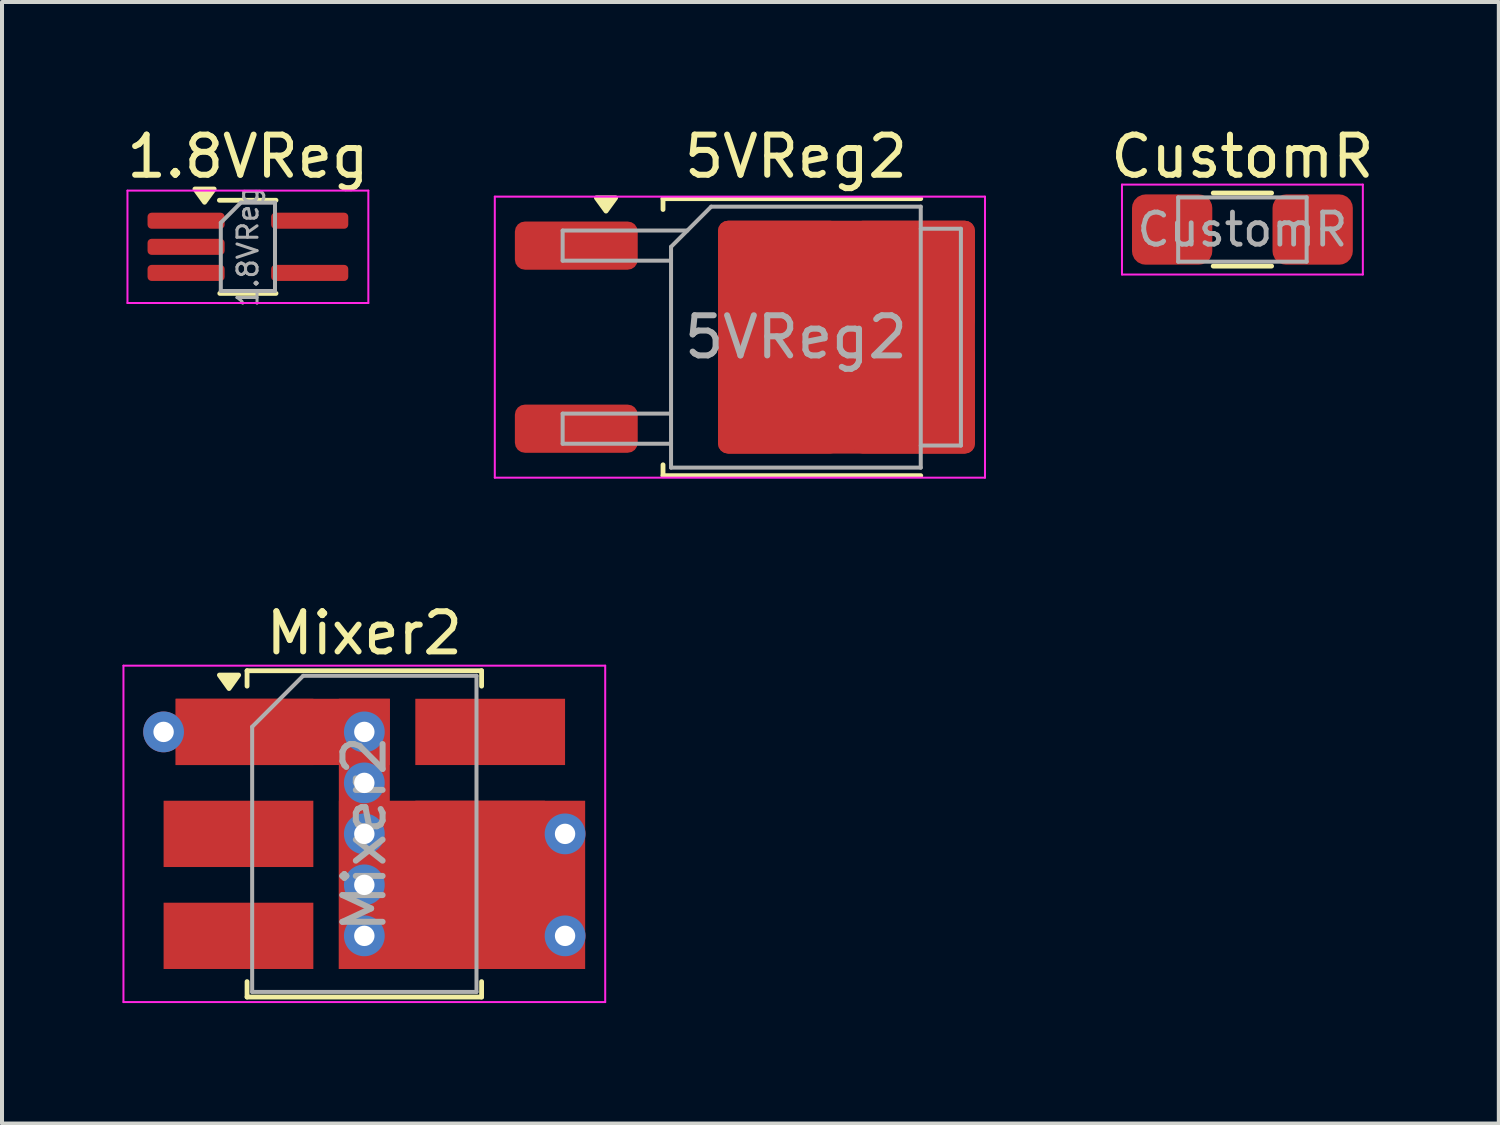
<source format=kicad_pcb>
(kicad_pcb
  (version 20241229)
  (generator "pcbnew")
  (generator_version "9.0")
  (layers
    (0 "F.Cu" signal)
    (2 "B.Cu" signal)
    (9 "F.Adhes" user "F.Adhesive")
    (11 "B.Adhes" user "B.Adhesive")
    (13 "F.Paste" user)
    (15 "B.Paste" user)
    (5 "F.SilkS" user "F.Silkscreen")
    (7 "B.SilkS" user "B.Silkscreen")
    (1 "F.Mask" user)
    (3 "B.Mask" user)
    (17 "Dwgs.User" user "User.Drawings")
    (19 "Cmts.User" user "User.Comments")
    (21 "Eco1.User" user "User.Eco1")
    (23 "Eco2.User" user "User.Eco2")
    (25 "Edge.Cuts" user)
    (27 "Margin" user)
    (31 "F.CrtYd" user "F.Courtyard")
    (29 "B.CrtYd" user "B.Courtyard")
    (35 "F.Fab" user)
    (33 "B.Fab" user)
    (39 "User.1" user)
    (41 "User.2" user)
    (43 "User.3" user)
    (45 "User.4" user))
  (footprint "1.8VReg"
    (layer "F.Cu")
    (at 3.125 3.098)
    (property "Reference" "1.8VReg" (at 0 -2.25 0) (layer "F.SilkS") (effects (font (size 1 1) (thickness 0.15))))
    (attr smd)
    (fp_line (start -0.71 -1.16) (end 0.7 -1.16) (stroke (width 0.12) (type solid)) (layer "F.SilkS"))
    (fp_line (start -0.7 1.16) (end 0.7 1.16) (stroke (width 0.12) (type solid)) (layer "F.SilkS"))
    (fp_poly (pts (xy -1.08 -1.11) (xy -1.32 -1.44) (xy -0.84 -1.44) (xy -1.08 -1.11)) (stroke (width 0.12) (type solid)) (fill yes) (layer "F.SilkS"))
    (fp_line (start -3 -1.4) (end -3 1.4) (stroke (width 0.05) (type solid)) (layer "F.CrtYd"))
    (fp_line (start -3 -1.4) (end 3 -1.4) (stroke (width 0.05) (type solid)) (layer "F.CrtYd"))
    (fp_line (start -3 1.4) (end 3 1.4) (stroke (width 0.05) (type solid)) (layer "F.CrtYd"))
    (fp_line (start 3 1.4) (end 3 -1.4) (stroke (width 0.05) (type solid)) (layer "F.CrtYd"))
    (fp_line (start -0.675 -0.6) (end -0.675 1.1) (stroke (width 0.1) (type solid)) (layer "F.Fab"))
    (fp_line (start -0.175 -1.1) (end -0.675 -0.6) (stroke (width 0.1) (type solid)) (layer "F.Fab"))
    (fp_line (start 0.675 -1.1) (end -0.175 -1.1) (stroke (width 0.1) (type solid)) (layer "F.Fab"))
    (fp_line (start 0.675 -1.1) (end 0.675 1.1) (stroke (width 0.1) (type solid)) (layer "F.Fab"))
    (fp_line (start 0.675 1.1) (end -0.675 1.1) (stroke (width 0.1) (type solid)) (layer "F.Fab"))
    (fp_text user "${REFERENCE}" (at 0 0 90) (layer "F.Fab") (effects (font (size 0.5 0.5) (thickness 0.075))))
    (pad "1" smd roundrect (at -1.54 -0.65) (size 1.92 0.4) (layers "F.Cu" "F.Mask" "F.Paste") (roundrect_rratio 0.25))
    (pad "2" smd roundrect (at -1.54 0) (size 1.92 0.4) (layers "F.Cu" "F.Mask" "F.Paste") (roundrect_rratio 0.25))
    (pad "3" smd roundrect (at -1.54 0.65) (size 1.92 0.4) (layers "F.Cu" "F.Mask" "F.Paste") (roundrect_rratio 0.25))
    (pad "4" smd roundrect (at 1.54 0.65) (size 1.92 0.4) (layers "F.Cu" "F.Mask" "F.Paste") (roundrect_rratio 0.25))
    (pad "5" smd roundrect (at 1.54 -0.65) (size 1.92 0.4) (layers "F.Cu" "F.Mask" "F.Paste") (roundrect_rratio 0.25)))
  (footprint "Mixer2"
    (layer "F.Cu")
    (at 6.025 17.721)
    (property "Reference" "Mixer2" (at 0 -5 0) (layer "F.SilkS") (effects (font (size 1 1) (thickness 0.15))))
    (attr smd)
    (fp_line (start -2.921 -4.064) (end -2.921 -3.68) (stroke (width 0.12) (type solid)) (layer "F.SilkS"))
    (fp_line (start -2.921 4.064) (end -2.921 3.68) (stroke (width 0.12) (type solid)) (layer "F.SilkS"))
    (fp_line (start -2.921 4.064) (end 2.921 4.064) (stroke (width 0.12) (type solid)) (layer "F.SilkS"))
    (fp_line (start 2.921 -4.064) (end -2.921 -4.064) (stroke (width 0.12) (type solid)) (layer "F.SilkS"))
    (fp_line (start 2.921 -4.064) (end 2.921 -3.68) (stroke (width 0.12) (type solid)) (layer "F.SilkS"))
    (fp_line (start 2.921 4.064) (end 2.921 3.68) (stroke (width 0.12) (type solid)) (layer "F.SilkS"))
    (fp_poly (pts (xy -3.37 -3.62) (xy -3.61 -3.956) (xy -3.13 -3.956) (xy -3.37 -3.62)) (stroke (width 0.12) (type solid)) (fill yes) (layer "F.SilkS"))
    (fp_line (start -6 -4.19) (end -6 4.19) (stroke (width 0.05) (type solid)) (layer "F.CrtYd"))
    (fp_line (start -6 -4.19) (end 6 -4.19) (stroke (width 0.05) (type solid)) (layer "F.CrtYd"))
    (fp_line (start 6 4.19) (end -6 4.19) (stroke (width 0.05) (type solid)) (layer "F.CrtYd"))
    (fp_line (start 6 4.19) (end 6 -4.19) (stroke (width 0.05) (type solid)) (layer "F.CrtYd"))
    (fp_line (start -2.794 -2.667) (end -2.794 3.937) (stroke (width 0.1) (type solid)) (layer "F.Fab"))
    (fp_line (start -2.794 3.937) (end 2.794 3.937) (stroke (width 0.1) (type solid)) (layer "F.Fab"))
    (fp_line (start -1.524 -3.937) (end -2.794 -2.667) (stroke (width 0.1) (type solid)) (layer "F.Fab"))
    (fp_line (start 2.794 -3.937) (end -1.524 -3.937) (stroke (width 0.1) (type solid)) (layer "F.Fab"))
    (fp_line (start 2.794 3.937) (end 2.794 -3.937) (stroke (width 0.1) (type solid)) (layer "F.Fab"))
    (fp_text user "${REFERENCE}" (at 0 0 90) (layer "F.Fab") (effects (font (size 1 1) (thickness 0.15))))
    (pad "1" thru_hole circle (at -5 -2.54) (size 1.016 1.016) (drill 0.508) (layers "*.Cu"))
    (pad "1" smd rect (at -2.985 -2.54) (size 3.429 1.651) (layers "F.Cu" "F.Mask" "F.Paste"))
    (pad "1" smd rect (at -2.032 -2.54) (size 5.334 1.651) (layers "F.Cu"))
    (pad "1" thru_hole circle (at 0 -2.54) (size 1.016 1.016) (drill 0.508) (layers "*.Cu"))
    (pad "1" thru_hole circle (at 0 -1.27) (size 1.016 1.016) (drill 0.508) (layers "*.Cu"))
    (pad "1" thru_hole circle (at 0 0) (size 1.016 1.016) (drill 0.508) (layers "*.Cu"))
    (pad "1" smd rect (at 0 0) (size 1.27 6.731) (layers "F.Cu"))
    (pad "1" thru_hole circle (at 0 1.27) (size 1.016 1.016) (drill 0.508) (layers "*.Cu"))
    (pad "1" thru_hole circle (at 0 2.54) (size 1.016 1.016) (drill 0.508) (layers "*.Cu"))
    (pad "2" smd rect (at -3.135 0) (size 3.73 1.651) (layers "F.Cu" "F.Mask" "F.Paste"))
    (pad "3" smd rect (at -3.135 2.54) (size 3.73 1.651) (layers "F.Cu" "F.Mask" "F.Paste"))
    (pad "4" smd rect (at 2.433 1.27) (size 6.135 4.191) (layers "F.Cu"))
    (pad "4" smd rect (at 2.885 2.54) (size 3.23 1.651) (layers "F.Cu" "F.Mask" "F.Paste"))
    (pad "4" thru_hole circle (at 5 2.54) (size 1.016 1.016) (drill 0.508) (layers "*.Cu"))
    (pad "5" smd rect (at 2.885 0) (size 3.23 1.651) (layers "F.Cu" "F.Mask" "F.Paste"))
    (pad "5" thru_hole circle (at 5 0) (size 1.016 1.016) (drill 0.508) (layers "*.Cu"))
    (pad "6" smd rect (at 3.135 -2.54) (size 3.73 1.651) (layers "F.Cu" "F.Mask" "F.Paste")))
  (footprint "5VReg2"
    (layer "F.Cu")
    (at 16.775 5.348)
    (property "Reference" "5VReg2" (at 0 -4.5 0) (layer "F.SilkS") (effects (font (size 1 1) (thickness 0.15))))
    (attr smd)
    (fp_line (start -3.31 -3.45) (end -3.31 -3.18) (stroke (width 0.12) (type solid)) (layer "F.SilkS"))
    (fp_line (start -3.31 3.45) (end -3.31 3.18) (stroke (width 0.12) (type solid)) (layer "F.SilkS"))
    (fp_line (start 3.11 -3.45) (end -3.31 -3.45) (stroke (width 0.12) (type solid)) (layer "F.SilkS"))
    (fp_line (start 3.11 3.45) (end -3.31 3.45) (stroke (width 0.12) (type solid)) (layer "F.SilkS"))
    (fp_poly (pts (xy -4.73 -3.14) (xy -4.97 -3.47) (xy -4.49 -3.47) (xy -4.73 -3.14)) (stroke (width 0.12) (type solid)) (fill yes) (layer "F.SilkS"))
    (fp_line (start -7.5 -3.5) (end -7.5 3.5) (stroke (width 0.05) (type solid)) (layer "F.CrtYd"))
    (fp_line (start -7.5 3.5) (end 4.71 3.5) (stroke (width 0.05) (type solid)) (layer "F.CrtYd"))
    (fp_line (start 4.71 -3.5) (end -7.5 -3.5) (stroke (width 0.05) (type solid)) (layer "F.CrtYd"))
    (fp_line (start 4.71 3.5) (end 4.71 -3.5) (stroke (width 0.05) (type solid)) (layer "F.CrtYd"))
    (fp_line (start -5.81 -2.655) (end -5.81 -1.905) (stroke (width 0.1) (type solid)) (layer "F.Fab"))
    (fp_line (start -5.81 -1.905) (end -3.11 -1.905) (stroke (width 0.1) (type solid)) (layer "F.Fab"))
    (fp_line (start -5.81 1.905) (end -5.81 2.655) (stroke (width 0.1) (type solid)) (layer "F.Fab"))
    (fp_line (start -5.81 2.655) (end -3.11 2.655) (stroke (width 0.1) (type solid)) (layer "F.Fab"))
    (fp_line (start -3.11 -2.25) (end -2.11 -3.25) (stroke (width 0.1) (type solid)) (layer "F.Fab"))
    (fp_line (start -3.11 1.905) (end -5.81 1.905) (stroke (width 0.1) (type solid)) (layer "F.Fab"))
    (fp_line (start -3.11 3.25) (end -3.11 -2.25) (stroke (width 0.1) (type solid)) (layer "F.Fab"))
    (fp_line (start -2.705 -2.655) (end -5.81 -2.655) (stroke (width 0.1) (type solid)) (layer "F.Fab"))
    (fp_line (start -2.11 -3.25) (end 3.11 -3.25) (stroke (width 0.1) (type solid)) (layer "F.Fab"))
    (fp_line (start 3.11 -3.25) (end 3.11 3.25) (stroke (width 0.1) (type solid)) (layer "F.Fab"))
    (fp_line (start 3.11 -2.7) (end 4.11 -2.7) (stroke (width 0.1) (type solid)) (layer "F.Fab"))
    (fp_line (start 3.11 3.25) (end -3.11 3.25) (stroke (width 0.1) (type solid)) (layer "F.Fab"))
    (fp_line (start 4.11 -2.7) (end 4.11 2.7) (stroke (width 0.1) (type solid)) (layer "F.Fab"))
    (fp_line (start 4.11 2.7) (end 3.11 2.7) (stroke (width 0.1) (type solid)) (layer "F.Fab"))
    (fp_text user "${REFERENCE}" (at 0 0 0) (layer "F.Fab") (effects (font (size 1 1) (thickness 0.15))))
    (pad "1" smd roundrect (at -5.47 -2.28) (size 3.06 1.2) (layers "F.Cu" "F.Mask" "F.Paste") (roundrect_rratio 0.208))
    (pad "2" smd roundrect (at -0.415 -1.525) (size 3.05 2.75) (layers "F.Cu" "F.Paste") (roundrect_rratio 0.091))
    (pad "2" smd roundrect (at -0.415 1.525) (size 3.05 2.75) (layers "F.Cu" "F.Paste") (roundrect_rratio 0.091))
    (pad "2" smd roundrect (at 1.26 0) (size 6.4 5.8) (layers "F.Cu" "F.Mask") (roundrect_rratio 0.043))
    (pad "2" smd roundrect (at 2.935 -1.525) (size 3.05 2.75) (layers "F.Cu" "F.Paste") (roundrect_rratio 0.091))
    (pad "2" smd roundrect (at 2.935 1.525) (size 3.05 2.75) (layers "F.Cu" "F.Paste") (roundrect_rratio 0.091))
    (pad "3" smd roundrect (at -5.47 2.28) (size 3.06 1.2) (layers "F.Cu" "F.Mask" "F.Paste") (roundrect_rratio 0.208)))
  (footprint "CustomR"
    (layer "F.Cu")
    (at 27.897 2.668)
    (property "Reference" "CustomR" (at 0 -1.82 0) (layer "F.SilkS") (effects (font (size 1 1) (thickness 0.15))))
    (attr smd)
    (fp_line (start -0.727 -0.91) (end 0.727 -0.91) (stroke (width 0.12) (type solid)) (layer "F.SilkS"))
    (fp_line (start -0.727 0.91) (end 0.727 0.91) (stroke (width 0.12) (type solid)) (layer "F.SilkS"))
    (fp_line (start -3 -1.12) (end 3 -1.12) (stroke (width 0.05) (type solid)) (layer "F.CrtYd"))
    (fp_line (start -3 1.12) (end -3 -1.12) (stroke (width 0.05) (type solid)) (layer "F.CrtYd"))
    (fp_line (start 3 -1.12) (end 3 1.12) (stroke (width 0.05) (type solid)) (layer "F.CrtYd"))
    (fp_line (start 3 1.12) (end -3 1.12) (stroke (width 0.05) (type solid)) (layer "F.CrtYd"))
    (fp_line (start -1.6 -0.8) (end 1.6 -0.8) (stroke (width 0.1) (type solid)) (layer "F.Fab"))
    (fp_line (start -1.6 0.8) (end -1.6 -0.8) (stroke (width 0.1) (type solid)) (layer "F.Fab"))
    (fp_line (start 1.6 -0.8) (end 1.6 0.8) (stroke (width 0.1) (type solid)) (layer "F.Fab"))
    (fp_line (start 1.6 0.8) (end -1.6 0.8) (stroke (width 0.1) (type solid)) (layer "F.Fab"))
    (fp_text user "${REFERENCE}" (at 0 0 0) (layer "F.Fab") (effects (font (size 0.8 0.8) (thickness 0.12))))
    (pad "1" smd roundrect (at -1.75 0) (size 2 1.75) (layers "F.Cu" "F.Mask" "F.Paste") (roundrect_rratio 0.192))
    (pad "2" smd roundrect (at 1.75 0) (size 2 1.75) (layers "F.Cu" "F.Mask" "F.Paste") (roundrect_rratio 0.192)))
  (gr_rect
    (start -3 -3)
    (end 34.284 24.936)
    (stroke (width 0.1) (type default))
    (fill no)
    (layer "Edge.Cuts")))
</source>
